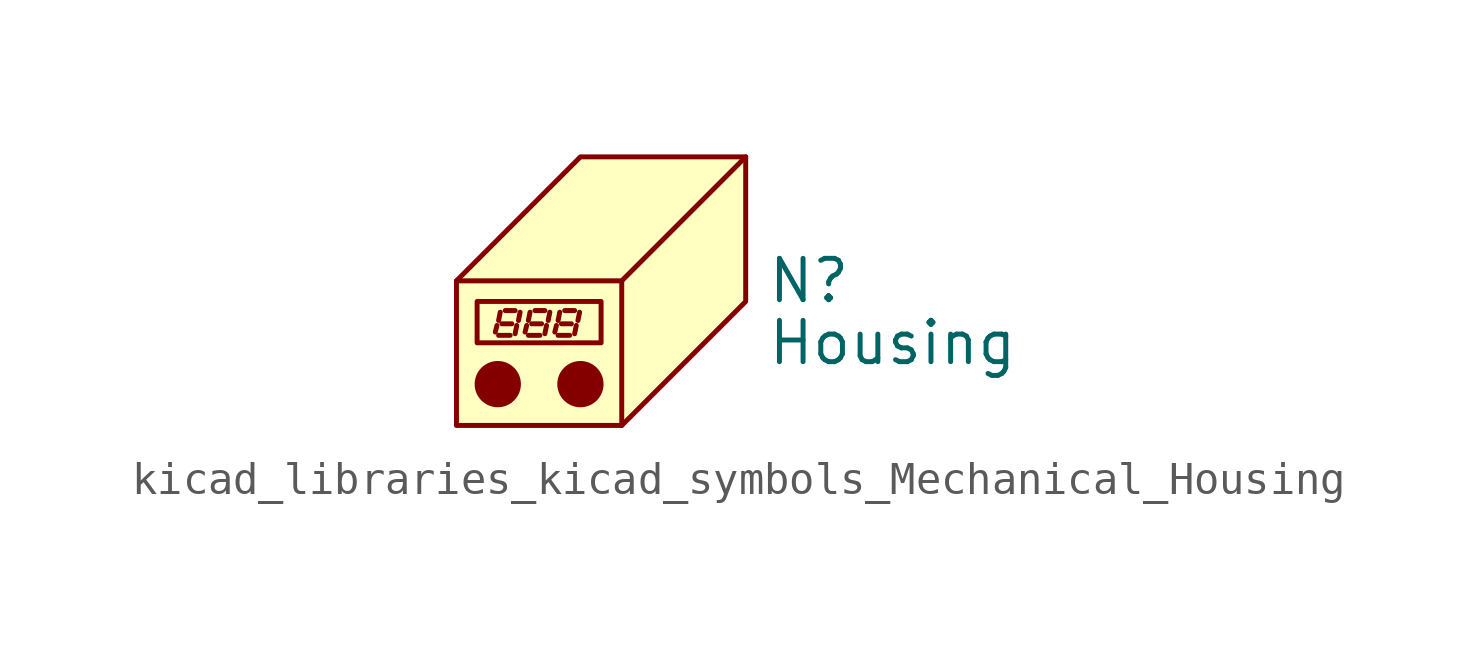
<source format=kicad_sym>
(kicad_symbol_lib
  (version 20220914)
  (generator kicad_symbol_editor)
  (symbol "kicad_libraries_kicad_symbols_Mechanical_Housing"
    (pin_names
      (offset 1.016))
    (property "Reference" "N"
      (at 3.81 0 0)
      (effects (font (size 1.27 1.27)) (justify left)))
    (property "Value" "Housing"
      (at 3.81 -1.905 0)
      (effects (font (size 1.27 1.27)) (justify left)))
    (symbol "kicad_libraries_kicad_symbols_Mechanical_Housing_0_1"
      (rectangle (start -5.08 -0.635) (end -1.27 -1.905) (stroke (width 0) (type default)) (fill (type none)))
      (circle (center -4.445 -3.175) (radius 0.635) (stroke (width 0) (type default)) (fill (type outline)))
      (circle (center -1.905 -3.175) (radius 0.635) (stroke (width 0) (type default)) (fill (type outline)))
      (polyline (pts (xy -4.521 -1.575) (xy -4.47 -1.372)) (stroke (width 0) (type default)) (fill (type none)))
      (polyline (pts (xy -4.42 -1.676) (xy -4.064 -1.676)) (stroke (width 0) (type default)) (fill (type none)))
      (polyline (pts (xy -4.42 -1.219) (xy -4.369 -0.965)) (stroke (width 0) (type default)) (fill (type none)))
      (polyline (pts (xy -4.318 -1.321) (xy -4.013 -1.321)) (stroke (width 0) (type default)) (fill (type none)))
      (polyline (pts (xy -4.216 -0.914) (xy -3.912 -0.914)) (stroke (width 0) (type default)) (fill (type none)))
      (polyline (pts (xy -3.912 -1.626) (xy -3.861 -1.372)) (stroke (width 0) (type default)) (fill (type none)))
      (polyline (pts (xy -3.81 -1.219) (xy -3.759 -0.965)) (stroke (width 0) (type default)) (fill (type none)))
      (polyline (pts (xy -3.607 -1.575) (xy -3.556 -1.372)) (stroke (width 0) (type default)) (fill (type none)))
      (polyline (pts (xy -3.505 -1.676) (xy -3.15 -1.676)) (stroke (width 0) (type default)) (fill (type none)))
      (polyline (pts (xy -3.505 -1.219) (xy -3.454 -0.965)) (stroke (width 0) (type default)) (fill (type none)))
      (polyline (pts (xy -3.404 -1.321) (xy -3.099 -1.321)) (stroke (width 0) (type default)) (fill (type none)))
      (polyline (pts (xy -3.302 -0.914) (xy -2.997 -0.914)) (stroke (width 0) (type default)) (fill (type none)))
      (polyline (pts (xy -2.997 -1.626) (xy -2.946 -1.372)) (stroke (width 0) (type default)) (fill (type none)))
      (polyline (pts (xy -2.896 -1.219) (xy -2.845 -0.965)) (stroke (width 0) (type default)) (fill (type none)))
      (polyline (pts (xy -2.692 -1.575) (xy -2.642 -1.372)) (stroke (width 0) (type default)) (fill (type none)))
      (polyline (pts (xy -2.591 -1.676) (xy -2.235 -1.676)) (stroke (width 0) (type default)) (fill (type none)))
      (polyline (pts (xy -2.591 -1.219) (xy -2.54 -0.965)) (stroke (width 0) (type default)) (fill (type none)))
      (polyline (pts (xy -2.489 -1.321) (xy -2.184 -1.321)) (stroke (width 0) (type default)) (fill (type none)))
      (polyline (pts (xy -2.388 -0.914) (xy -2.083 -0.914)) (stroke (width 0) (type default)) (fill (type none)))
      (polyline (pts (xy -2.083 -1.626) (xy -2.032 -1.372)) (stroke (width 0) (type default)) (fill (type none)))
      (polyline (pts (xy -1.981 -1.219) (xy -1.93 -0.965)) (stroke (width 0) (type default)) (fill (type none)))
      (polyline (pts (xy -0.635 0) (xy -0.635 -4.445)) (stroke (width 0) (type default)) (fill (type none)))
      (polyline (pts (xy -5.715 0) (xy -0.635 0) (xy 3.175 3.81)) (stroke (width 0) (type default)) (fill (type none)))
      (polyline (pts (xy -5.715 0) (xy -5.715 -4.445) (xy -0.635 -4.445) (xy 3.175 -0.635) (xy 3.175 3.81) (xy -1.905 3.81) (xy -5.715 0)) (stroke (width 0) (type default)) (fill (type background))))))
</source>
